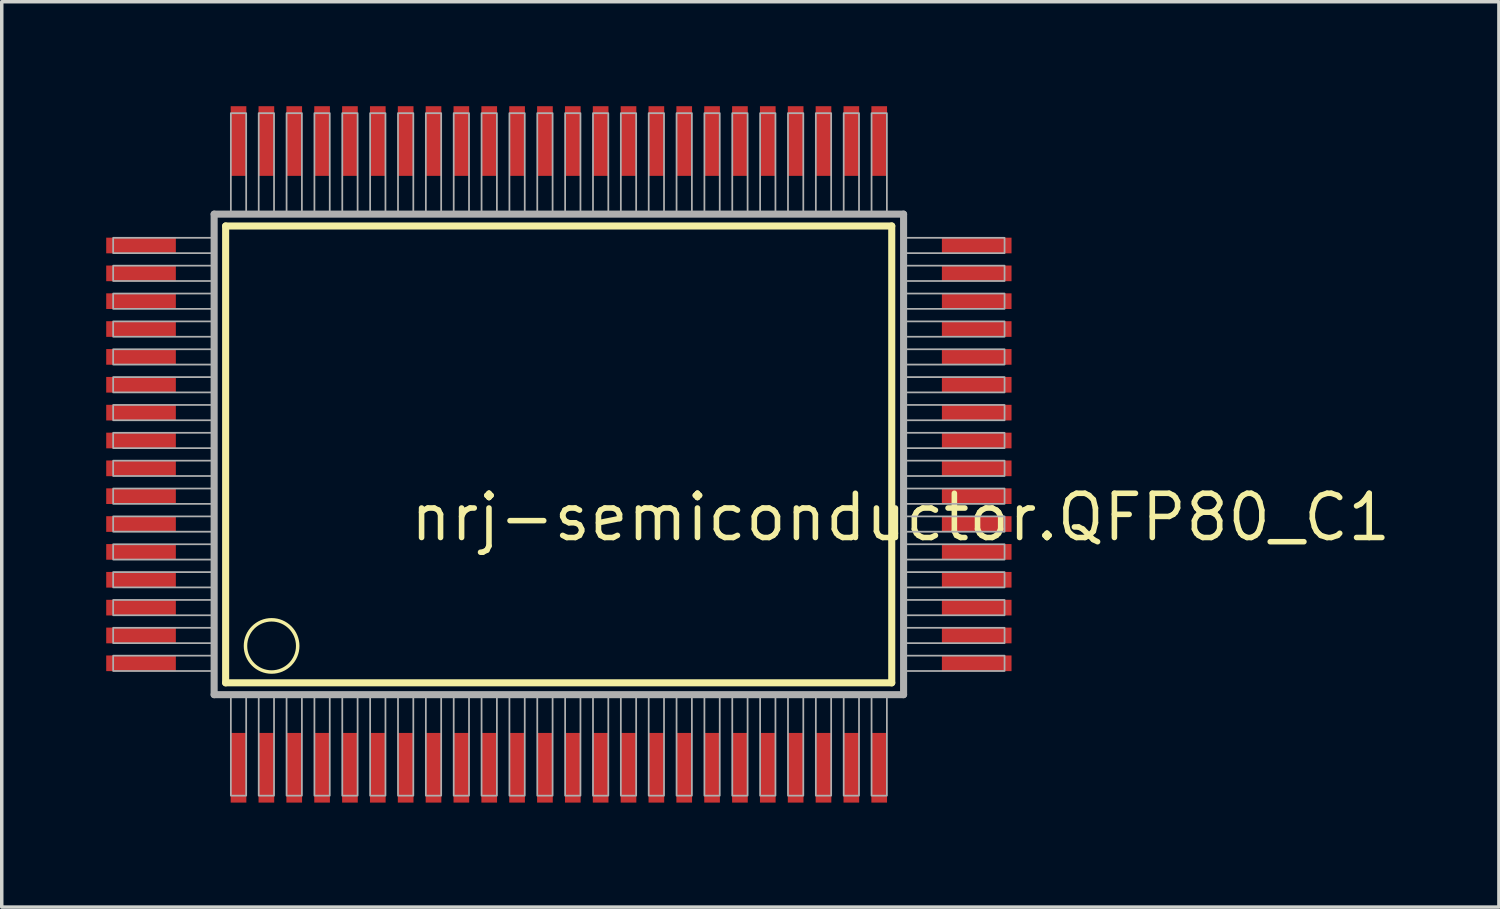
<source format=kicad_pcb>
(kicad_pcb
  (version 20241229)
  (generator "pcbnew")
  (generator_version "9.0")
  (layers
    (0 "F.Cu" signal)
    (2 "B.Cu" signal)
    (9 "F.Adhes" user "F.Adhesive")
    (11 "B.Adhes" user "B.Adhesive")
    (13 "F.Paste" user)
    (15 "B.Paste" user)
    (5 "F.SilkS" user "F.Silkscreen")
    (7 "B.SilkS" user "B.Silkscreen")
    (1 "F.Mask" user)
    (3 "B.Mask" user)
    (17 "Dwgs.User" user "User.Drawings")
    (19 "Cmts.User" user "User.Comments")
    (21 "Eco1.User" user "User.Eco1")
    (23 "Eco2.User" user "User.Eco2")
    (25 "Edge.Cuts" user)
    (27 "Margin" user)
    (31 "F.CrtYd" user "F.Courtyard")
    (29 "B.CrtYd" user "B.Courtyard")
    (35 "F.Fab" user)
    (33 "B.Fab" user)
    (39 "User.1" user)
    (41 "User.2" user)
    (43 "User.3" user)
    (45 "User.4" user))
  (footprint "nrj-semiconductor.QFP80_C1"
    (layer "F.Cu")
    (at 13 10)
    (property "Reference" "nrj-semiconductor.QFP80_C1" (at -4.35 2.55 0) (layer "F.SilkS") (effects (font (size 1.27 1.27) (thickness 0.16)) (justify left bottom)))
    (attr smd)
    (fp_line (start -9.57 -6.56) (end 9.56 -6.56) (stroke (width 0.203) (type default)) (layer "F.SilkS"))
    (fp_line (start -9.57 6.56) (end -9.57 -6.56) (stroke (width 0.203) (type default)) (layer "F.SilkS"))
    (fp_line (start 9.56 -6.56) (end 9.56 6.56) (stroke (width 0.203) (type default)) (layer "F.SilkS"))
    (fp_line (start 9.56 6.56) (end -9.57 6.56) (stroke (width 0.203) (type default)) (layer "F.SilkS"))
    (fp_circle (center -8.25 5.5) (end -7.5 5.5) (stroke (width 0.1) (type default)) (fill no) (layer "F.SilkS"))
    (fp_line (start -9.9 -6.9) (end -9.9 6.9) (stroke (width 0.203) (type default)) (layer "F.Fab"))
    (fp_line (start -9.9 6.9) (end 9.9 6.9) (stroke (width 0.203) (type default)) (layer "F.Fab"))
    (fp_line (start 9.9 -6.9) (end -9.9 -6.9) (stroke (width 0.203) (type default)) (layer "F.Fab"))
    (fp_line (start 9.9 6.9) (end 9.9 -6.9) (stroke (width 0.203) (type default)) (layer "F.Fab"))
    (fp_rect (start -12.8 -5.78) (end -9.95 -6.22) (stroke (width 0.05) (type default)) (fill no) (layer "F.Fab"))
    (fp_rect (start -12.8 -4.98) (end -9.95 -5.42) (stroke (width 0.05) (type default)) (fill no) (layer "F.Fab"))
    (fp_rect (start -12.8 -4.18) (end -9.95 -4.62) (stroke (width 0.05) (type default)) (fill no) (layer "F.Fab"))
    (fp_rect (start -12.8 -3.38) (end -9.95 -3.82) (stroke (width 0.05) (type default)) (fill no) (layer "F.Fab"))
    (fp_rect (start -12.8 -2.58) (end -9.95 -3.02) (stroke (width 0.05) (type default)) (fill no) (layer "F.Fab"))
    (fp_rect (start -12.8 -1.78) (end -9.95 -2.22) (stroke (width 0.05) (type default)) (fill no) (layer "F.Fab"))
    (fp_rect (start -12.8 -0.98) (end -9.95 -1.42) (stroke (width 0.05) (type default)) (fill no) (layer "F.Fab"))
    (fp_rect (start -12.8 -0.18) (end -9.95 -0.62) (stroke (width 0.05) (type default)) (fill no) (layer "F.Fab"))
    (fp_rect (start -12.8 0.62) (end -9.95 0.18) (stroke (width 0.05) (type default)) (fill no) (layer "F.Fab"))
    (fp_rect (start -12.8 1.42) (end -9.95 0.98) (stroke (width 0.05) (type default)) (fill no) (layer "F.Fab"))
    (fp_rect (start -12.8 2.22) (end -9.95 1.78) (stroke (width 0.05) (type default)) (fill no) (layer "F.Fab"))
    (fp_rect (start -12.8 3.02) (end -9.95 2.58) (stroke (width 0.05) (type default)) (fill no) (layer "F.Fab"))
    (fp_rect (start -12.8 3.82) (end -9.95 3.38) (stroke (width 0.05) (type default)) (fill no) (layer "F.Fab"))
    (fp_rect (start -12.8 4.62) (end -9.95 4.18) (stroke (width 0.05) (type default)) (fill no) (layer "F.Fab"))
    (fp_rect (start -12.8 5.42) (end -9.95 4.98) (stroke (width 0.05) (type default)) (fill no) (layer "F.Fab"))
    (fp_rect (start -12.8 6.22) (end -9.95 5.78) (stroke (width 0.05) (type default)) (fill no) (layer "F.Fab"))
    (fp_rect (start -9.42 -6.95) (end -8.98 -9.8) (stroke (width 0.05) (type default)) (fill no) (layer "F.Fab"))
    (fp_rect (start -9.42 9.8) (end -8.98 6.95) (stroke (width 0.05) (type default)) (fill no) (layer "F.Fab"))
    (fp_rect (start -8.62 -6.95) (end -8.18 -9.8) (stroke (width 0.05) (type default)) (fill no) (layer "F.Fab"))
    (fp_rect (start -8.62 9.8) (end -8.18 6.95) (stroke (width 0.05) (type default)) (fill no) (layer "F.Fab"))
    (fp_rect (start -7.82 -6.95) (end -7.38 -9.8) (stroke (width 0.05) (type default)) (fill no) (layer "F.Fab"))
    (fp_rect (start -7.82 9.8) (end -7.38 6.95) (stroke (width 0.05) (type default)) (fill no) (layer "F.Fab"))
    (fp_rect (start -7.02 -6.95) (end -6.58 -9.8) (stroke (width 0.05) (type default)) (fill no) (layer "F.Fab"))
    (fp_rect (start -7.02 9.8) (end -6.58 6.95) (stroke (width 0.05) (type default)) (fill no) (layer "F.Fab"))
    (fp_rect (start -6.22 -6.95) (end -5.78 -9.8) (stroke (width 0.05) (type default)) (fill no) (layer "F.Fab"))
    (fp_rect (start -6.22 9.8) (end -5.78 6.95) (stroke (width 0.05) (type default)) (fill no) (layer "F.Fab"))
    (fp_rect (start -5.42 -6.95) (end -4.98 -9.8) (stroke (width 0.05) (type default)) (fill no) (layer "F.Fab"))
    (fp_rect (start -5.42 9.8) (end -4.98 6.95) (stroke (width 0.05) (type default)) (fill no) (layer "F.Fab"))
    (fp_rect (start -4.62 -6.95) (end -4.18 -9.8) (stroke (width 0.05) (type default)) (fill no) (layer "F.Fab"))
    (fp_rect (start -4.62 9.8) (end -4.18 6.95) (stroke (width 0.05) (type default)) (fill no) (layer "F.Fab"))
    (fp_rect (start -3.82 -6.95) (end -3.38 -9.8) (stroke (width 0.05) (type default)) (fill no) (layer "F.Fab"))
    (fp_rect (start -3.82 9.8) (end -3.38 6.95) (stroke (width 0.05) (type default)) (fill no) (layer "F.Fab"))
    (fp_rect (start -3.02 -6.95) (end -2.58 -9.8) (stroke (width 0.05) (type default)) (fill no) (layer "F.Fab"))
    (fp_rect (start -3.02 9.8) (end -2.58 6.95) (stroke (width 0.05) (type default)) (fill no) (layer "F.Fab"))
    (fp_rect (start -2.22 -6.95) (end -1.78 -9.8) (stroke (width 0.05) (type default)) (fill no) (layer "F.Fab"))
    (fp_rect (start -2.22 9.8) (end -1.78 6.95) (stroke (width 0.05) (type default)) (fill no) (layer "F.Fab"))
    (fp_rect (start -1.42 -6.95) (end -0.98 -9.8) (stroke (width 0.05) (type default)) (fill no) (layer "F.Fab"))
    (fp_rect (start -1.42 9.8) (end -0.98 6.95) (stroke (width 0.05) (type default)) (fill no) (layer "F.Fab"))
    (fp_rect (start -0.62 -6.95) (end -0.18 -9.8) (stroke (width 0.05) (type default)) (fill no) (layer "F.Fab"))
    (fp_rect (start -0.62 9.8) (end -0.18 6.95) (stroke (width 0.05) (type default)) (fill no) (layer "F.Fab"))
    (fp_rect (start 0.18 -6.95) (end 0.62 -9.8) (stroke (width 0.05) (type default)) (fill no) (layer "F.Fab"))
    (fp_rect (start 0.18 9.8) (end 0.62 6.95) (stroke (width 0.05) (type default)) (fill no) (layer "F.Fab"))
    (fp_rect (start 0.98 -6.95) (end 1.42 -9.8) (stroke (width 0.05) (type default)) (fill no) (layer "F.Fab"))
    (fp_rect (start 0.98 9.8) (end 1.42 6.95) (stroke (width 0.05) (type default)) (fill no) (layer "F.Fab"))
    (fp_rect (start 1.78 -6.95) (end 2.22 -9.8) (stroke (width 0.05) (type default)) (fill no) (layer "F.Fab"))
    (fp_rect (start 1.78 9.8) (end 2.22 6.95) (stroke (width 0.05) (type default)) (fill no) (layer "F.Fab"))
    (fp_rect (start 2.58 -6.95) (end 3.02 -9.8) (stroke (width 0.05) (type default)) (fill no) (layer "F.Fab"))
    (fp_rect (start 2.58 9.8) (end 3.02 6.95) (stroke (width 0.05) (type default)) (fill no) (layer "F.Fab"))
    (fp_rect (start 3.38 -6.95) (end 3.82 -9.8) (stroke (width 0.05) (type default)) (fill no) (layer "F.Fab"))
    (fp_rect (start 3.38 9.8) (end 3.82 6.95) (stroke (width 0.05) (type default)) (fill no) (layer "F.Fab"))
    (fp_rect (start 4.18 -6.95) (end 4.62 -9.8) (stroke (width 0.05) (type default)) (fill no) (layer "F.Fab"))
    (fp_rect (start 4.18 9.8) (end 4.62 6.95) (stroke (width 0.05) (type default)) (fill no) (layer "F.Fab"))
    (fp_rect (start 4.98 -6.95) (end 5.42 -9.8) (stroke (width 0.05) (type default)) (fill no) (layer "F.Fab"))
    (fp_rect (start 4.98 9.8) (end 5.42 6.95) (stroke (width 0.05) (type default)) (fill no) (layer "F.Fab"))
    (fp_rect (start 5.78 -6.95) (end 6.22 -9.8) (stroke (width 0.05) (type default)) (fill no) (layer "F.Fab"))
    (fp_rect (start 5.78 9.8) (end 6.22 6.95) (stroke (width 0.05) (type default)) (fill no) (layer "F.Fab"))
    (fp_rect (start 6.58 -6.95) (end 7.02 -9.8) (stroke (width 0.05) (type default)) (fill no) (layer "F.Fab"))
    (fp_rect (start 6.58 9.8) (end 7.02 6.95) (stroke (width 0.05) (type default)) (fill no) (layer "F.Fab"))
    (fp_rect (start 7.38 -6.95) (end 7.82 -9.8) (stroke (width 0.05) (type default)) (fill no) (layer "F.Fab"))
    (fp_rect (start 7.38 9.8) (end 7.82 6.95) (stroke (width 0.05) (type default)) (fill no) (layer "F.Fab"))
    (fp_rect (start 8.18 -6.95) (end 8.62 -9.8) (stroke (width 0.05) (type default)) (fill no) (layer "F.Fab"))
    (fp_rect (start 8.18 9.8) (end 8.62 6.95) (stroke (width 0.05) (type default)) (fill no) (layer "F.Fab"))
    (fp_rect (start 8.98 -6.95) (end 9.42 -9.8) (stroke (width 0.05) (type default)) (fill no) (layer "F.Fab"))
    (fp_rect (start 8.98 9.8) (end 9.42 6.95) (stroke (width 0.05) (type default)) (fill no) (layer "F.Fab"))
    (fp_rect (start 9.95 -5.78) (end 12.8 -6.22) (stroke (width 0.05) (type default)) (fill no) (layer "F.Fab"))
    (fp_rect (start 9.95 -4.98) (end 12.8 -5.42) (stroke (width 0.05) (type default)) (fill no) (layer "F.Fab"))
    (fp_rect (start 9.95 -4.18) (end 12.8 -4.62) (stroke (width 0.05) (type default)) (fill no) (layer "F.Fab"))
    (fp_rect (start 9.95 -3.38) (end 12.8 -3.82) (stroke (width 0.05) (type default)) (fill no) (layer "F.Fab"))
    (fp_rect (start 9.95 -2.58) (end 12.8 -3.02) (stroke (width 0.05) (type default)) (fill no) (layer "F.Fab"))
    (fp_rect (start 9.95 -1.78) (end 12.8 -2.22) (stroke (width 0.05) (type default)) (fill no) (layer "F.Fab"))
    (fp_rect (start 9.95 -0.98) (end 12.8 -1.42) (stroke (width 0.05) (type default)) (fill no) (layer "F.Fab"))
    (fp_rect (start 9.95 -0.18) (end 12.8 -0.62) (stroke (width 0.05) (type default)) (fill no) (layer "F.Fab"))
    (fp_rect (start 9.95 0.62) (end 12.8 0.18) (stroke (width 0.05) (type default)) (fill no) (layer "F.Fab"))
    (fp_rect (start 9.95 1.42) (end 12.8 0.98) (stroke (width 0.05) (type default)) (fill no) (layer "F.Fab"))
    (fp_rect (start 9.95 2.22) (end 12.8 1.78) (stroke (width 0.05) (type default)) (fill no) (layer "F.Fab"))
    (fp_rect (start 9.95 3.02) (end 12.8 2.58) (stroke (width 0.05) (type default)) (fill no) (layer "F.Fab"))
    (fp_rect (start 9.95 3.82) (end 12.8 3.38) (stroke (width 0.05) (type default)) (fill no) (layer "F.Fab"))
    (fp_rect (start 9.95 4.62) (end 12.8 4.18) (stroke (width 0.05) (type default)) (fill no) (layer "F.Fab"))
    (fp_rect (start 9.95 5.42) (end 12.8 4.98) (stroke (width 0.05) (type default)) (fill no) (layer "F.Fab"))
    (fp_rect (start 9.95 6.22) (end 12.8 5.78) (stroke (width 0.05) (type default)) (fill no) (layer "F.Fab"))
    (pad "1" smd roundrect (at -9.2 9) (size 0.45 2) (layers "F.Cu" "F.Mask" "F.Paste") (roundrect_rratio 0.01))
    (pad "2" smd roundrect (at -8.4 9) (size 0.45 2) (layers "F.Cu" "F.Mask" "F.Paste") (roundrect_rratio 0.01))
    (pad "3" smd roundrect (at -7.6 9) (size 0.45 2) (layers "F.Cu" "F.Mask" "F.Paste") (roundrect_rratio 0.01))
    (pad "4" smd roundrect (at -6.8 9) (size 0.45 2) (layers "F.Cu" "F.Mask" "F.Paste") (roundrect_rratio 0.01))
    (pad "5" smd roundrect (at -6 9) (size 0.45 2) (layers "F.Cu" "F.Mask" "F.Paste") (roundrect_rratio 0.01))
    (pad "6" smd roundrect (at -5.2 9) (size 0.45 2) (layers "F.Cu" "F.Mask" "F.Paste") (roundrect_rratio 0.01))
    (pad "7" smd roundrect (at -4.4 9) (size 0.45 2) (layers "F.Cu" "F.Mask" "F.Paste") (roundrect_rratio 0.01))
    (pad "8" smd roundrect (at -3.6 9) (size 0.45 2) (layers "F.Cu" "F.Mask" "F.Paste") (roundrect_rratio 0.01))
    (pad "9" smd roundrect (at -2.8 9) (size 0.45 2) (layers "F.Cu" "F.Mask" "F.Paste") (roundrect_rratio 0.01))
    (pad "10" smd roundrect (at -2 9) (size 0.45 2) (layers "F.Cu" "F.Mask" "F.Paste") (roundrect_rratio 0.01))
    (pad "11" smd roundrect (at -1.2 9) (size 0.45 2) (layers "F.Cu" "F.Mask" "F.Paste") (roundrect_rratio 0.01))
    (pad "12" smd roundrect (at -0.4 9) (size 0.45 2) (layers "F.Cu" "F.Mask" "F.Paste") (roundrect_rratio 0.01))
    (pad "13" smd roundrect (at 0.4 9) (size 0.45 2) (layers "F.Cu" "F.Mask" "F.Paste") (roundrect_rratio 0.01))
    (pad "14" smd roundrect (at 1.2 9) (size 0.45 2) (layers "F.Cu" "F.Mask" "F.Paste") (roundrect_rratio 0.01))
    (pad "15" smd roundrect (at 2 9) (size 0.45 2) (layers "F.Cu" "F.Mask" "F.Paste") (roundrect_rratio 0.01))
    (pad "16" smd roundrect (at 2.8 9) (size 0.45 2) (layers "F.Cu" "F.Mask" "F.Paste") (roundrect_rratio 0.01))
    (pad "17" smd roundrect (at 3.6 9) (size 0.45 2) (layers "F.Cu" "F.Mask" "F.Paste") (roundrect_rratio 0.01))
    (pad "18" smd roundrect (at 4.4 9) (size 0.45 2) (layers "F.Cu" "F.Mask" "F.Paste") (roundrect_rratio 0.01))
    (pad "19" smd roundrect (at 5.2 9) (size 0.45 2) (layers "F.Cu" "F.Mask" "F.Paste") (roundrect_rratio 0.01))
    (pad "20" smd roundrect (at 6 9) (size 0.45 2) (layers "F.Cu" "F.Mask" "F.Paste") (roundrect_rratio 0.01))
    (pad "21" smd roundrect (at 6.8 9) (size 0.45 2) (layers "F.Cu" "F.Mask" "F.Paste") (roundrect_rratio 0.01))
    (pad "22" smd roundrect (at 7.6 9) (size 0.45 2) (layers "F.Cu" "F.Mask" "F.Paste") (roundrect_rratio 0.01))
    (pad "23" smd roundrect (at 8.4 9) (size 0.45 2) (layers "F.Cu" "F.Mask" "F.Paste") (roundrect_rratio 0.01))
    (pad "24" smd roundrect (at 9.2 9) (size 0.45 2) (layers "F.Cu" "F.Mask" "F.Paste") (roundrect_rratio 0.01))
    (pad "25" smd roundrect (at 12 6) (size 2 0.45) (layers "F.Cu" "F.Mask" "F.Paste") (roundrect_rratio 0.01))
    (pad "26" smd roundrect (at 12 5.2) (size 2 0.45) (layers "F.Cu" "F.Mask" "F.Paste") (roundrect_rratio 0.01))
    (pad "27" smd roundrect (at 12 4.4) (size 2 0.45) (layers "F.Cu" "F.Mask" "F.Paste") (roundrect_rratio 0.01))
    (pad "28" smd roundrect (at 12 3.6) (size 2 0.45) (layers "F.Cu" "F.Mask" "F.Paste") (roundrect_rratio 0.01))
    (pad "29" smd roundrect (at 12 2.8) (size 2 0.45) (layers "F.Cu" "F.Mask" "F.Paste") (roundrect_rratio 0.01))
    (pad "30" smd roundrect (at 12 2) (size 2 0.45) (layers "F.Cu" "F.Mask" "F.Paste") (roundrect_rratio 0.01))
    (pad "31" smd roundrect (at 12 1.2) (size 2 0.45) (layers "F.Cu" "F.Mask" "F.Paste") (roundrect_rratio 0.01))
    (pad "32" smd roundrect (at 12 0.4) (size 2 0.45) (layers "F.Cu" "F.Mask" "F.Paste") (roundrect_rratio 0.01))
    (pad "33" smd roundrect (at 12 -0.4) (size 2 0.45) (layers "F.Cu" "F.Mask" "F.Paste") (roundrect_rratio 0.01))
    (pad "34" smd roundrect (at 12 -1.2) (size 2 0.45) (layers "F.Cu" "F.Mask" "F.Paste") (roundrect_rratio 0.01))
    (pad "35" smd roundrect (at 12 -2) (size 2 0.45) (layers "F.Cu" "F.Mask" "F.Paste") (roundrect_rratio 0.01))
    (pad "36" smd roundrect (at 12 -2.8) (size 2 0.45) (layers "F.Cu" "F.Mask" "F.Paste") (roundrect_rratio 0.01))
    (pad "37" smd roundrect (at 12 -3.6) (size 2 0.45) (layers "F.Cu" "F.Mask" "F.Paste") (roundrect_rratio 0.01))
    (pad "38" smd roundrect (at 12 -4.4) (size 2 0.45) (layers "F.Cu" "F.Mask" "F.Paste") (roundrect_rratio 0.01))
    (pad "39" smd roundrect (at 12 -5.2) (size 2 0.45) (layers "F.Cu" "F.Mask" "F.Paste") (roundrect_rratio 0.01))
    (pad "40" smd roundrect (at 12 -6) (size 2 0.45) (layers "F.Cu" "F.Mask" "F.Paste") (roundrect_rratio 0.01))
    (pad "41" smd roundrect (at 9.2 -9) (size 0.45 2) (layers "F.Cu" "F.Mask" "F.Paste") (roundrect_rratio 0.01))
    (pad "42" smd roundrect (at 8.4 -9) (size 0.45 2) (layers "F.Cu" "F.Mask" "F.Paste") (roundrect_rratio 0.01))
    (pad "43" smd roundrect (at 7.6 -9) (size 0.45 2) (layers "F.Cu" "F.Mask" "F.Paste") (roundrect_rratio 0.01))
    (pad "44" smd roundrect (at 6.8 -9) (size 0.45 2) (layers "F.Cu" "F.Mask" "F.Paste") (roundrect_rratio 0.01))
    (pad "45" smd roundrect (at 6 -9) (size 0.45 2) (layers "F.Cu" "F.Mask" "F.Paste") (roundrect_rratio 0.01))
    (pad "46" smd roundrect (at 5.2 -9) (size 0.45 2) (layers "F.Cu" "F.Mask" "F.Paste") (roundrect_rratio 0.01))
    (pad "47" smd roundrect (at 4.4 -9) (size 0.45 2) (layers "F.Cu" "F.Mask" "F.Paste") (roundrect_rratio 0.01))
    (pad "48" smd roundrect (at 3.6 -9) (size 0.45 2) (layers "F.Cu" "F.Mask" "F.Paste") (roundrect_rratio 0.01))
    (pad "49" smd roundrect (at 2.8 -9) (size 0.45 2) (layers "F.Cu" "F.Mask" "F.Paste") (roundrect_rratio 0.01))
    (pad "50" smd roundrect (at 2 -9) (size 0.45 2) (layers "F.Cu" "F.Mask" "F.Paste") (roundrect_rratio 0.01))
    (pad "51" smd roundrect (at 1.2 -9) (size 0.45 2) (layers "F.Cu" "F.Mask" "F.Paste") (roundrect_rratio 0.01))
    (pad "52" smd roundrect (at 0.4 -9) (size 0.45 2) (layers "F.Cu" "F.Mask" "F.Paste") (roundrect_rratio 0.01))
    (pad "53" smd roundrect (at -0.4 -9) (size 0.45 2) (layers "F.Cu" "F.Mask" "F.Paste") (roundrect_rratio 0.01))
    (pad "54" smd roundrect (at -1.2 -9) (size 0.45 2) (layers "F.Cu" "F.Mask" "F.Paste") (roundrect_rratio 0.01))
    (pad "55" smd roundrect (at -2 -9) (size 0.45 2) (layers "F.Cu" "F.Mask" "F.Paste") (roundrect_rratio 0.01))
    (pad "56" smd roundrect (at -2.8 -9) (size 0.45 2) (layers "F.Cu" "F.Mask" "F.Paste") (roundrect_rratio 0.01))
    (pad "57" smd roundrect (at -3.6 -9) (size 0.45 2) (layers "F.Cu" "F.Mask" "F.Paste") (roundrect_rratio 0.01))
    (pad "58" smd roundrect (at -4.4 -9) (size 0.45 2) (layers "F.Cu" "F.Mask" "F.Paste") (roundrect_rratio 0.01))
    (pad "59" smd roundrect (at -5.2 -9) (size 0.45 2) (layers "F.Cu" "F.Mask" "F.Paste") (roundrect_rratio 0.01))
    (pad "60" smd roundrect (at -6 -9) (size 0.45 2) (layers "F.Cu" "F.Mask" "F.Paste") (roundrect_rratio 0.01))
    (pad "61" smd roundrect (at -6.8 -9) (size 0.45 2) (layers "F.Cu" "F.Mask" "F.Paste") (roundrect_rratio 0.01))
    (pad "62" smd roundrect (at -7.6 -9) (size 0.45 2) (layers "F.Cu" "F.Mask" "F.Paste") (roundrect_rratio 0.01))
    (pad "63" smd roundrect (at -8.4 -9) (size 0.45 2) (layers "F.Cu" "F.Mask" "F.Paste") (roundrect_rratio 0.01))
    (pad "64" smd roundrect (at -9.2 -9) (size 0.45 2) (layers "F.Cu" "F.Mask" "F.Paste") (roundrect_rratio 0.01))
    (pad "65" smd roundrect (at -12 -6) (size 2 0.45) (layers "F.Cu" "F.Mask" "F.Paste") (roundrect_rratio 0.01))
    (pad "66" smd roundrect (at -12 -5.2) (size 2 0.45) (layers "F.Cu" "F.Mask" "F.Paste") (roundrect_rratio 0.01))
    (pad "67" smd roundrect (at -12 -4.4) (size 2 0.45) (layers "F.Cu" "F.Mask" "F.Paste") (roundrect_rratio 0.01))
    (pad "68" smd roundrect (at -12 -3.6) (size 2 0.45) (layers "F.Cu" "F.Mask" "F.Paste") (roundrect_rratio 0.01))
    (pad "69" smd roundrect (at -12 -2.8) (size 2 0.45) (layers "F.Cu" "F.Mask" "F.Paste") (roundrect_rratio 0.01))
    (pad "70" smd roundrect (at -12 -2) (size 2 0.45) (layers "F.Cu" "F.Mask" "F.Paste") (roundrect_rratio 0.01))
    (pad "71" smd roundrect (at -12 -1.2) (size 2 0.45) (layers "F.Cu" "F.Mask" "F.Paste") (roundrect_rratio 0.01))
    (pad "72" smd roundrect (at -12 -0.4) (size 2 0.45) (layers "F.Cu" "F.Mask" "F.Paste") (roundrect_rratio 0.01))
    (pad "73" smd roundrect (at -12 0.4) (size 2 0.45) (layers "F.Cu" "F.Mask" "F.Paste") (roundrect_rratio 0.01))
    (pad "74" smd roundrect (at -12 1.2) (size 2 0.45) (layers "F.Cu" "F.Mask" "F.Paste") (roundrect_rratio 0.01))
    (pad "75" smd roundrect (at -12 2) (size 2 0.45) (layers "F.Cu" "F.Mask" "F.Paste") (roundrect_rratio 0.01))
    (pad "76" smd roundrect (at -12 2.8) (size 2 0.45) (layers "F.Cu" "F.Mask" "F.Paste") (roundrect_rratio 0.01))
    (pad "77" smd roundrect (at -12 3.6) (size 2 0.45) (layers "F.Cu" "F.Mask" "F.Paste") (roundrect_rratio 0.01))
    (pad "78" smd roundrect (at -12 4.4) (size 2 0.45) (layers "F.Cu" "F.Mask" "F.Paste") (roundrect_rratio 0.01))
    (pad "79" smd roundrect (at -12 5.2) (size 2 0.45) (layers "F.Cu" "F.Mask" "F.Paste") (roundrect_rratio 0.01))
    (pad "80" smd roundrect (at -12 6) (size 2 0.45) (layers "F.Cu" "F.Mask" "F.Paste") (roundrect_rratio 0.01)))
  (gr_rect
    (start -3 -3)
    (end 39.997 23)
    (stroke (width 0.1) (type default))
    (fill no)
    (layer "Edge.Cuts")))
</source>
